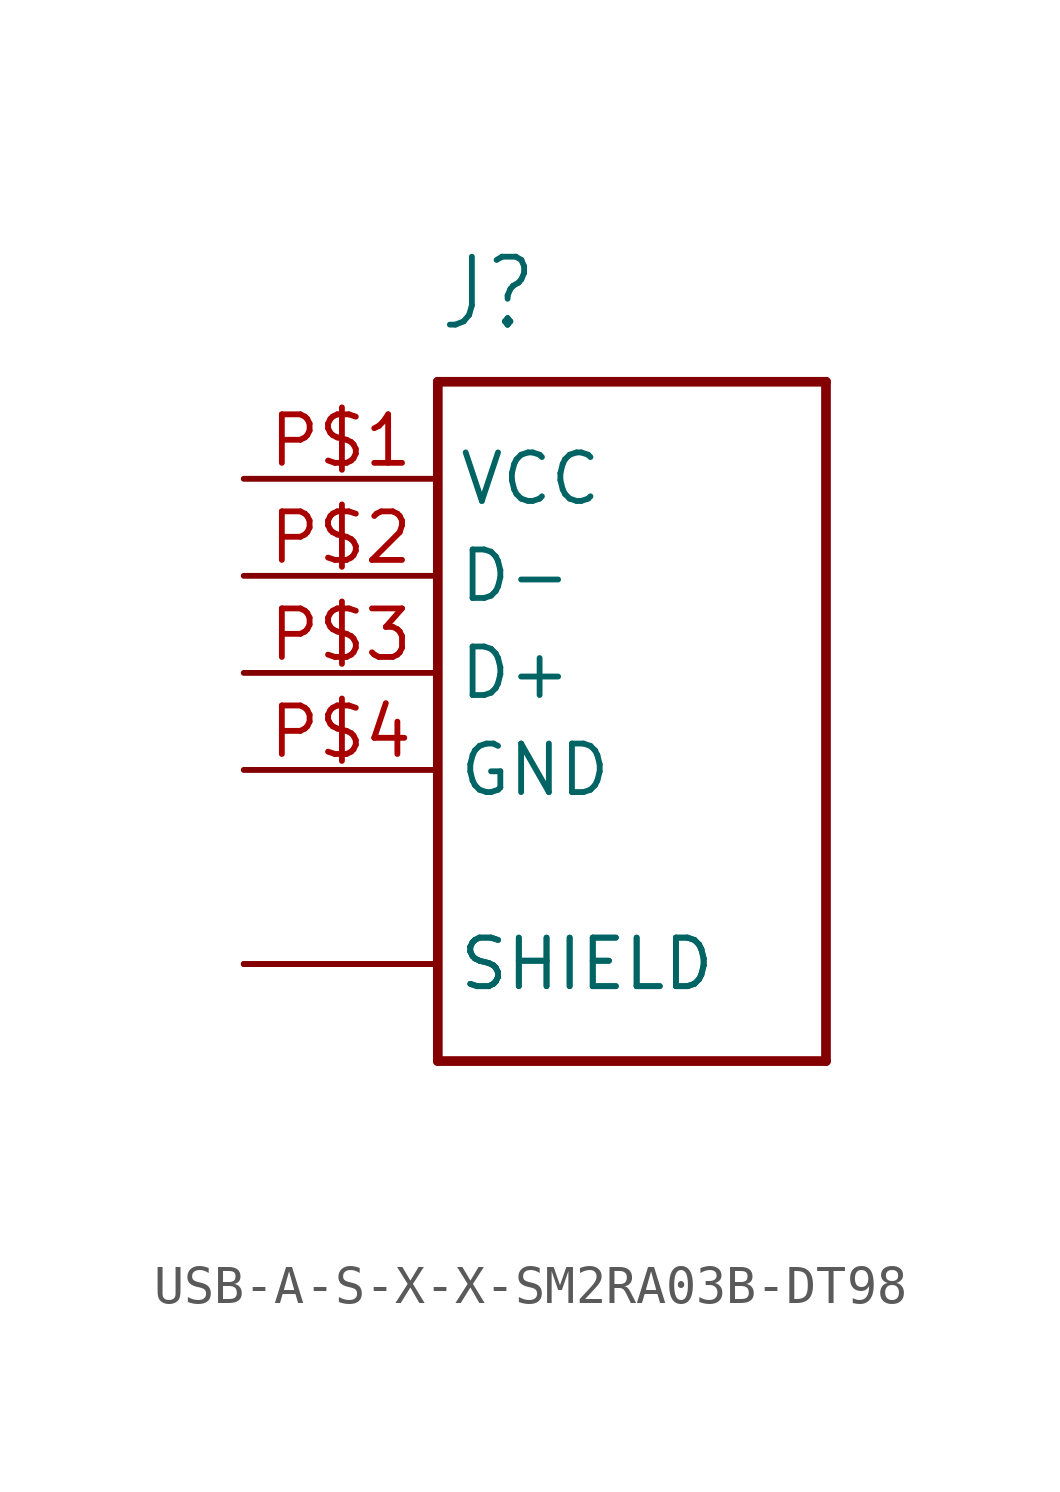
<source format=kicad_sym>
(kicad_symbol_lib
  (version 20231120)
  (generator "kicad_symbol_editor")
  (generator_version "8.0")
  (symbol "USB-A-S-X-X-SM2RA03B-DT98"
    (property "Reference" "J"
      (at -5.08 8.89 0)
      (effects (font (size 1.778 1.511)) (justify left bottom)))
    (property "Value" ""
      (at -5.08 -12.7 0)
      (effects (font (size 1.778 1.511)) (justify left bottom)))
    (property "ki_locked" ""
      (at 0 0 0)
      (effects (font (size 1.27 1.27))))
    (symbol "USB-A-S-X-X-SM2RA03B-DT98_1_0"
      (polyline (pts (xy -5.08 -10.16) (xy 5.08 -10.16)) (stroke (width 0.254) (type solid)) (fill (type none)))
      (polyline (pts (xy -5.08 7.62) (xy -5.08 -10.16)) (stroke (width 0.254) (type solid)) (fill (type none)))
      (polyline (pts (xy 5.08 -10.16) (xy 5.08 7.62)) (stroke (width 0.254) (type solid)) (fill (type none)))
      (polyline (pts (xy 5.08 7.62) (xy -5.08 7.62)) (stroke (width 0.254) (type solid)) (fill (type none)))
      (pin power_in line (at -10.16 5.08 0) (length 5.08) (name "VCC" (effects (font (size 1.27 1.27)))) (number "P$1" (effects (font (size 1.27 1.27)))))
      (pin bidirectional line (at -10.16 2.54 0) (length 5.08) (name "D-" (effects (font (size 1.27 1.27)))) (number "P$2" (effects (font (size 1.27 1.27)))))
      (pin bidirectional line (at -10.16 0 0) (length 5.08) (name "D+" (effects (font (size 1.27 1.27)))) (number "P$3" (effects (font (size 1.27 1.27)))))
      (pin power_in line (at -10.16 -2.54 0) (length 5.08) (name "GND" (effects (font (size 1.27 1.27)))) (number "P$4" (effects (font (size 1.27 1.27)))))
      (pin passive line (at -10.16 -7.62 0) (length 5.08) (name "SHIELD" (effects (font (size 1.27 1.27)))) (number "SH$1" (effects (font (size 0 0)))))
      (pin passive line (at -10.16 -7.62 0) (length 5.08) (name "SHIELD" (effects (font (size 1.27 1.27)))) (number "SH$2" (effects (font (size 0 0))))))))
</source>
